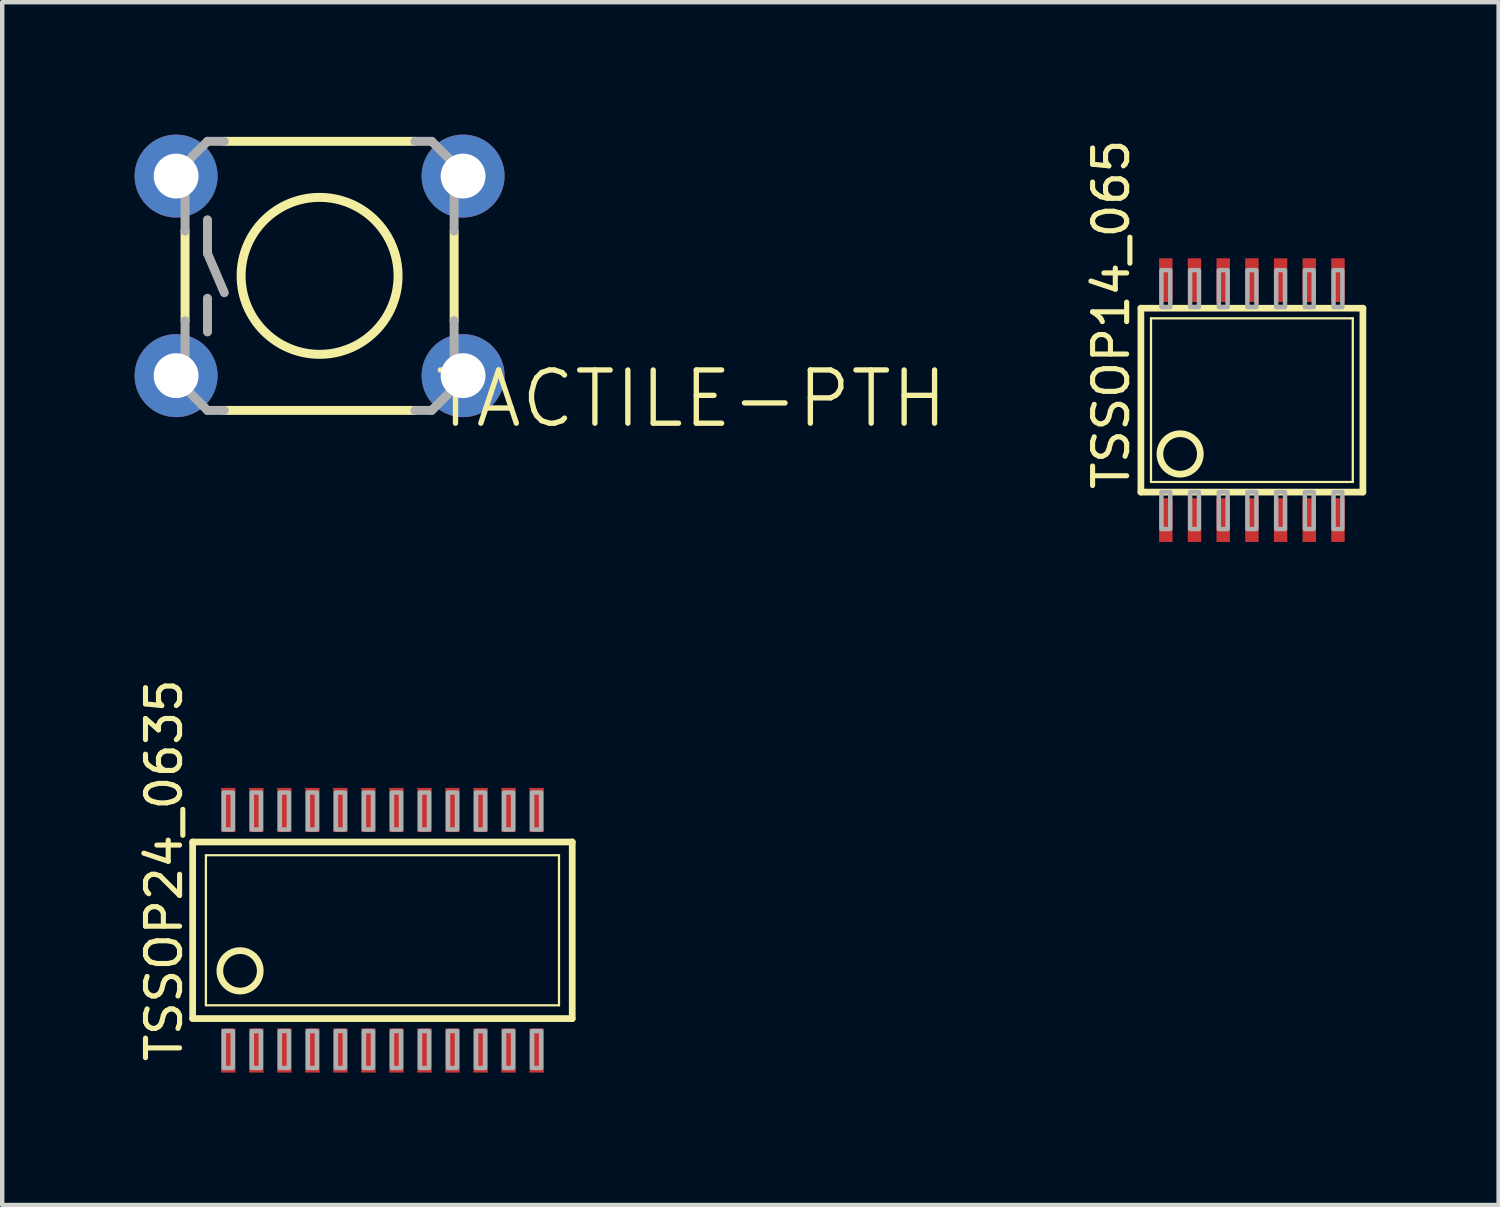
<source format=kicad_pcb>
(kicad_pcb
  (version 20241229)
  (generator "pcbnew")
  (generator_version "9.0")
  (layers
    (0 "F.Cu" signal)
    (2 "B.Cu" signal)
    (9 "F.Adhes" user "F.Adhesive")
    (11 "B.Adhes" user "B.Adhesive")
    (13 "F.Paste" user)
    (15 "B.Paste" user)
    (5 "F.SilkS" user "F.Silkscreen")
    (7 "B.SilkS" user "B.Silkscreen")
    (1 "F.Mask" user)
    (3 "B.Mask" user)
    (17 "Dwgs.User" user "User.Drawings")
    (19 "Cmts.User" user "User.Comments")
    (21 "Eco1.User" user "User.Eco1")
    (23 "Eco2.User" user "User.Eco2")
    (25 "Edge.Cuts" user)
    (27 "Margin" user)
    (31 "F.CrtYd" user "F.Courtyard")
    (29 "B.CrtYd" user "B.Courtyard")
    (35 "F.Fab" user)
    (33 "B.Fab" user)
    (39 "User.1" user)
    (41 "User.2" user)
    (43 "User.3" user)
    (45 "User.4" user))
  (footprint "TSSOP14_065"
    (layer "F.Cu")
    (at 25.314 6.016)
    (property "Reference" "TSSOP14_065" (at -2.737 2.083 90) (layer "F.SilkS") (effects (font (size 0.772 0.772) (thickness 0.116)) (justify left bottom)))
    (attr through_hole)
    (fp_line (start -2.515 2.083) (end -2.515 -2.083) (stroke (width 0.152) (type solid)) (layer "F.SilkS"))
    (fp_line (start -2.515 2.083) (end 2.515 2.083) (stroke (width 0.152) (type solid)) (layer "F.SilkS"))
    (fp_line (start -2.286 1.854) (end -2.286 -1.854) (stroke (width 0.051) (type solid)) (layer "F.SilkS"))
    (fp_line (start -2.286 1.854) (end 2.286 1.854) (stroke (width 0.051) (type solid)) (layer "F.SilkS"))
    (fp_line (start 2.286 -1.854) (end -2.286 -1.854) (stroke (width 0.051) (type solid)) (layer "F.SilkS"))
    (fp_line (start 2.286 -1.854) (end 2.286 1.854) (stroke (width 0.051) (type solid)) (layer "F.SilkS"))
    (fp_line (start 2.515 -2.083) (end -2.515 -2.083) (stroke (width 0.152) (type solid)) (layer "F.SilkS"))
    (fp_line (start 2.515 -2.083) (end 2.515 2.083) (stroke (width 0.152) (type solid)) (layer "F.SilkS"))
    (fp_circle (center -1.626 1.219) (end -1.168 1.219) (stroke (width 0.152) (type solid)) (fill no) (layer "F.SilkS"))
    (fp_poly (pts (xy -2.05 -2.108) (xy -1.85 -2.108) (xy -1.85 -2.946) (xy -2.05 -2.946)) (stroke (width 0.1) (type solid)) (fill no) (layer "F.Fab"))
    (fp_poly (pts (xy -2.05 2.921) (xy -1.85 2.921) (xy -1.85 2.083) (xy -2.05 2.083)) (stroke (width 0.1) (type solid)) (fill no) (layer "F.Fab"))
    (fp_poly (pts (xy -1.4 -2.108) (xy -1.2 -2.108) (xy -1.2 -2.946) (xy -1.4 -2.946)) (stroke (width 0.1) (type solid)) (fill no) (layer "F.Fab"))
    (fp_poly (pts (xy -1.4 2.921) (xy -1.2 2.921) (xy -1.2 2.083) (xy -1.4 2.083)) (stroke (width 0.1) (type solid)) (fill no) (layer "F.Fab"))
    (fp_poly (pts (xy -0.75 -2.108) (xy -0.55 -2.108) (xy -0.55 -2.946) (xy -0.75 -2.946)) (stroke (width 0.1) (type solid)) (fill no) (layer "F.Fab"))
    (fp_poly (pts (xy -0.75 2.921) (xy -0.55 2.921) (xy -0.55 2.083) (xy -0.75 2.083)) (stroke (width 0.1) (type solid)) (fill no) (layer "F.Fab"))
    (fp_poly (pts (xy -0.102 -2.108) (xy 0.102 -2.108) (xy 0.102 -2.946) (xy -0.102 -2.946)) (stroke (width 0.1) (type solid)) (fill no) (layer "F.Fab"))
    (fp_poly (pts (xy -0.102 2.921) (xy 0.102 2.921) (xy 0.102 2.083) (xy -0.102 2.083)) (stroke (width 0.1) (type solid)) (fill no) (layer "F.Fab"))
    (fp_poly (pts (xy 0.55 -2.108) (xy 0.75 -2.108) (xy 0.75 -2.946) (xy 0.55 -2.946)) (stroke (width 0.1) (type solid)) (fill no) (layer "F.Fab"))
    (fp_poly (pts (xy 0.55 2.921) (xy 0.75 2.921) (xy 0.75 2.083) (xy 0.55 2.083)) (stroke (width 0.1) (type solid)) (fill no) (layer "F.Fab"))
    (fp_poly (pts (xy 1.2 -2.108) (xy 1.4 -2.108) (xy 1.4 -2.946) (xy 1.2 -2.946)) (stroke (width 0.1) (type solid)) (fill no) (layer "F.Fab"))
    (fp_poly (pts (xy 1.2 2.921) (xy 1.4 2.921) (xy 1.4 2.083) (xy 1.2 2.083)) (stroke (width 0.1) (type solid)) (fill no) (layer "F.Fab"))
    (fp_poly (pts (xy 1.85 -2.108) (xy 2.05 -2.108) (xy 2.05 -2.946) (xy 1.85 -2.946)) (stroke (width 0.1) (type solid)) (fill no) (layer "F.Fab"))
    (fp_poly (pts (xy 1.85 2.921) (xy 2.05 2.921) (xy 2.05 2.083) (xy 1.85 2.083)) (stroke (width 0.1) (type solid)) (fill no) (layer "F.Fab"))
    (pad "1" smd rect (at -1.95 2.718) (size 0.305 0.991) (layers "F.Cu" "F.Mask" "F.Paste"))
    (pad "2" smd rect (at -1.3 2.718) (size 0.305 0.991) (layers "F.Cu" "F.Mask" "F.Paste"))
    (pad "3" smd rect (at -0.65 2.718) (size 0.305 0.991) (layers "F.Cu" "F.Mask" "F.Paste"))
    (pad "4" smd rect (at 0 2.718) (size 0.305 0.991) (layers "F.Cu" "F.Mask" "F.Paste"))
    (pad "5" smd rect (at 0.65 2.718) (size 0.305 0.991) (layers "F.Cu" "F.Mask" "F.Paste"))
    (pad "6" smd rect (at 1.3 2.718) (size 0.305 0.991) (layers "F.Cu" "F.Mask" "F.Paste"))
    (pad "7" smd rect (at 1.95 2.718) (size 0.305 0.991) (layers "F.Cu" "F.Mask" "F.Paste"))
    (pad "8" smd rect (at 1.95 -2.718) (size 0.305 0.991) (layers "F.Cu" "F.Mask" "F.Paste"))
    (pad "9" smd rect (at 1.3 -2.718) (size 0.305 0.991) (layers "F.Cu" "F.Mask" "F.Paste"))
    (pad "10" smd rect (at 0.65 -2.718) (size 0.305 0.991) (layers "F.Cu" "F.Mask" "F.Paste"))
    (pad "11" smd rect (at 0 -2.718) (size 0.305 0.991) (layers "F.Cu" "F.Mask" "F.Paste"))
    (pad "12" smd rect (at -0.65 -2.718) (size 0.305 0.991) (layers "F.Cu" "F.Mask" "F.Paste"))
    (pad "13" smd rect (at -1.3 -2.718) (size 0.305 0.991) (layers "F.Cu" "F.Mask" "F.Paste"))
    (pad "14" smd rect (at -1.95 -2.718) (size 0.305 0.991) (layers "F.Cu" "F.Mask" "F.Paste")))
  (footprint "TACTILE-PTH"
    (layer "F.Cu")
    (at 4.191 3.2)
    (property "Reference" "TACTILE-PTH" (at 2.54 3.492 0) (layer "F.SilkS") (effects (font (size 1.206 1.206) (thickness 0.121)) (justify left bottom)))
    (attr through_hole)
    (fp_line (start -3.048 -1.028) (end -3.048 1.016) (stroke (width 0.203) (type solid)) (layer "F.SilkS"))
    (fp_line (start -2.159 3.048) (end 2.159 3.048) (stroke (width 0.203) (type solid)) (layer "F.SilkS"))
    (fp_line (start 2.159 -3.048) (end -2.159 -3.048) (stroke (width 0.203) (type solid)) (layer "F.SilkS"))
    (fp_line (start 3.048 -0.998) (end 3.048 1.016) (stroke (width 0.203) (type solid)) (layer "F.SilkS"))
    (fp_circle (center 0 0) (end 1.778 0) (stroke (width 0.203) (type solid)) (fill no) (layer "F.SilkS"))
    (fp_line (start -3.048 -2.54) (end -3.048 -1.016) (stroke (width 0.203) (type solid)) (layer "F.Fab"))
    (fp_line (start -3.048 2.54) (end -3.048 1.016) (stroke (width 0.203) (type solid)) (layer "F.Fab"))
    (fp_line (start -2.54 -3.048) (end -3.048 -2.54) (stroke (width 0.203) (type solid)) (layer "F.Fab"))
    (fp_line (start -2.54 -3.048) (end -2.159 -3.048) (stroke (width 0.203) (type solid)) (layer "F.Fab"))
    (fp_line (start -2.54 -1.27) (end -2.54 -0.508) (stroke (width 0.203) (type solid)) (layer "F.Fab"))
    (fp_line (start -2.54 -0.508) (end -2.159 0.381) (stroke (width 0.203) (type solid)) (layer "F.Fab"))
    (fp_line (start -2.54 0.508) (end -2.54 1.27) (stroke (width 0.203) (type solid)) (layer "F.Fab"))
    (fp_line (start -2.54 3.048) (end -3.048 2.54) (stroke (width 0.203) (type solid)) (layer "F.Fab"))
    (fp_line (start -2.54 3.048) (end -2.159 3.048) (stroke (width 0.203) (type solid)) (layer "F.Fab"))
    (fp_line (start 2.54 -3.048) (end 2.159 -3.048) (stroke (width 0.203) (type solid)) (layer "F.Fab"))
    (fp_line (start 2.54 3.048) (end 2.159 3.048) (stroke (width 0.203) (type solid)) (layer "F.Fab"))
    (fp_line (start 2.54 3.048) (end 3.048 2.54) (stroke (width 0.203) (type solid)) (layer "F.Fab"))
    (fp_line (start 3.048 -2.54) (end 2.54 -3.048) (stroke (width 0.203) (type solid)) (layer "F.Fab"))
    (fp_line (start 3.048 -1.016) (end 3.048 -2.54) (stroke (width 0.203) (type solid)) (layer "F.Fab"))
    (fp_line (start 3.048 2.54) (end 3.048 1.016) (stroke (width 0.203) (type solid)) (layer "F.Fab"))
    (pad "1" thru_hole circle (at -3.251 -2.261) (size 1.88 1.88) (drill 1.016) (layers "*.Cu" "*.Mask"))
    (pad "2" thru_hole circle (at 3.251 -2.261) (size 1.88 1.88) (drill 1.016) (layers "*.Cu" "*.Mask"))
    (pad "3" thru_hole circle (at -3.251 2.261) (size 1.88 1.88) (drill 1.016) (layers "*.Cu" "*.Mask"))
    (pad "4" thru_hole circle (at 3.251 2.261) (size 1.88 1.88) (drill 1.016) (layers "*.Cu" "*.Mask")))
  (footprint "TSSOP24_0635"
    (layer "F.Cu")
    (at 5.615 18.027)
    (property "Reference" "TSSOP24_0635" (at -4.496 3.035 90) (layer "F.SilkS") (effects (font (size 0.772 0.772) (thickness 0.116)) (justify left bottom)))
    (attr through_hole)
    (fp_line (start -4.3 2) (end -4.3 -2) (stroke (width 0.152) (type solid)) (layer "F.SilkS"))
    (fp_line (start -4.3 2) (end 4.3 2) (stroke (width 0.152) (type solid)) (layer "F.SilkS"))
    (fp_line (start -4 1.7) (end -4 -1.7) (stroke (width 0.051) (type solid)) (layer "F.SilkS"))
    (fp_line (start -4 1.7) (end 4 1.7) (stroke (width 0.051) (type solid)) (layer "F.SilkS"))
    (fp_line (start 4 -1.7) (end -4 -1.7) (stroke (width 0.051) (type solid)) (layer "F.SilkS"))
    (fp_line (start 4 -1.7) (end 4 1.7) (stroke (width 0.051) (type solid)) (layer "F.SilkS"))
    (fp_line (start 4.3 -2) (end -4.3 -2) (stroke (width 0.152) (type solid)) (layer "F.SilkS"))
    (fp_line (start 4.3 -2) (end 4.3 2) (stroke (width 0.152) (type solid)) (layer "F.SilkS"))
    (fp_circle (center -3.226 0.919) (end -2.768 0.919) (stroke (width 0.152) (type solid)) (fill no) (layer "F.SilkS"))
    (fp_poly (pts (xy -3.594 -2.283) (xy -3.391 -2.283) (xy -3.391 -3.121) (xy -3.594 -3.121)) (stroke (width 0.1) (type solid)) (fill no) (layer "F.Fab"))
    (fp_poly (pts (xy -3.594 3.121) (xy -3.391 3.121) (xy -3.391 2.283) (xy -3.594 2.283)) (stroke (width 0.1) (type solid)) (fill no) (layer "F.Fab"))
    (fp_poly (pts (xy -2.959 -2.283) (xy -2.756 -2.283) (xy -2.756 -3.121) (xy -2.959 -3.121)) (stroke (width 0.1) (type solid)) (fill no) (layer "F.Fab"))
    (fp_poly (pts (xy -2.959 3.121) (xy -2.756 3.121) (xy -2.756 2.283) (xy -2.959 2.283)) (stroke (width 0.1) (type solid)) (fill no) (layer "F.Fab"))
    (fp_poly (pts (xy -2.324 -2.283) (xy -2.121 -2.283) (xy -2.121 -3.121) (xy -2.324 -3.121)) (stroke (width 0.1) (type solid)) (fill no) (layer "F.Fab"))
    (fp_poly (pts (xy -2.324 3.121) (xy -2.121 3.121) (xy -2.121 2.283) (xy -2.324 2.283)) (stroke (width 0.1) (type solid)) (fill no) (layer "F.Fab"))
    (fp_poly (pts (xy -1.689 -2.283) (xy -1.486 -2.283) (xy -1.486 -3.121) (xy -1.689 -3.121)) (stroke (width 0.1) (type solid)) (fill no) (layer "F.Fab"))
    (fp_poly (pts (xy -1.689 3.121) (xy -1.486 3.121) (xy -1.486 2.283) (xy -1.689 2.283)) (stroke (width 0.1) (type solid)) (fill no) (layer "F.Fab"))
    (fp_poly (pts (xy -1.054 -2.283) (xy -0.851 -2.283) (xy -0.851 -3.121) (xy -1.054 -3.121)) (stroke (width 0.1) (type solid)) (fill no) (layer "F.Fab"))
    (fp_poly (pts (xy -1.054 3.121) (xy -0.851 3.121) (xy -0.851 2.283) (xy -1.054 2.283)) (stroke (width 0.1) (type solid)) (fill no) (layer "F.Fab"))
    (fp_poly (pts (xy -0.419 -2.283) (xy -0.216 -2.283) (xy -0.216 -3.121) (xy -0.419 -3.121)) (stroke (width 0.1) (type solid)) (fill no) (layer "F.Fab"))
    (fp_poly (pts (xy -0.419 3.121) (xy -0.216 3.121) (xy -0.216 2.283) (xy -0.419 2.283)) (stroke (width 0.1) (type solid)) (fill no) (layer "F.Fab"))
    (fp_poly (pts (xy 0.216 -2.283) (xy 0.419 -2.283) (xy 0.419 -3.121) (xy 0.216 -3.121)) (stroke (width 0.1) (type solid)) (fill no) (layer "F.Fab"))
    (fp_poly (pts (xy 0.216 3.121) (xy 0.419 3.121) (xy 0.419 2.283) (xy 0.216 2.283)) (stroke (width 0.1) (type solid)) (fill no) (layer "F.Fab"))
    (fp_poly (pts (xy 0.851 -2.283) (xy 1.054 -2.283) (xy 1.054 -3.121) (xy 0.851 -3.121)) (stroke (width 0.1) (type solid)) (fill no) (layer "F.Fab"))
    (fp_poly (pts (xy 0.851 3.121) (xy 1.054 3.121) (xy 1.054 2.283) (xy 0.851 2.283)) (stroke (width 0.1) (type solid)) (fill no) (layer "F.Fab"))
    (fp_poly (pts (xy 1.486 -2.283) (xy 1.689 -2.283) (xy 1.689 -3.121) (xy 1.486 -3.121)) (stroke (width 0.1) (type solid)) (fill no) (layer "F.Fab"))
    (fp_poly (pts (xy 1.486 3.121) (xy 1.689 3.121) (xy 1.689 2.283) (xy 1.486 2.283)) (stroke (width 0.1) (type solid)) (fill no) (layer "F.Fab"))
    (fp_poly (pts (xy 2.121 -2.283) (xy 2.324 -2.283) (xy 2.324 -3.121) (xy 2.121 -3.121)) (stroke (width 0.1) (type solid)) (fill no) (layer "F.Fab"))
    (fp_poly (pts (xy 2.121 3.121) (xy 2.324 3.121) (xy 2.324 2.283) (xy 2.121 2.283)) (stroke (width 0.1) (type solid)) (fill no) (layer "F.Fab"))
    (fp_poly (pts (xy 2.756 -2.283) (xy 2.959 -2.283) (xy 2.959 -3.121) (xy 2.756 -3.121)) (stroke (width 0.1) (type solid)) (fill no) (layer "F.Fab"))
    (fp_poly (pts (xy 2.756 3.121) (xy 2.959 3.121) (xy 2.959 2.283) (xy 2.756 2.283)) (stroke (width 0.1) (type solid)) (fill no) (layer "F.Fab"))
    (fp_poly (pts (xy 3.391 -2.283) (xy 3.594 -2.283) (xy 3.594 -3.121) (xy 3.391 -3.121)) (stroke (width 0.1) (type solid)) (fill no) (layer "F.Fab"))
    (fp_poly (pts (xy 3.391 3.121) (xy 3.594 3.121) (xy 3.594 2.283) (xy 3.391 2.283)) (stroke (width 0.1) (type solid)) (fill no) (layer "F.Fab"))
    (pad "1" smd rect (at -3.493 2.725) (size 0.33 1) (layers "F.Cu" "F.Mask" "F.Paste"))
    (pad "2" smd rect (at -2.857 2.725) (size 0.33 1) (layers "F.Cu" "F.Mask" "F.Paste"))
    (pad "3" smd rect (at -2.223 2.725) (size 0.33 1) (layers "F.Cu" "F.Mask" "F.Paste"))
    (pad "4" smd rect (at -1.587 2.725) (size 0.33 1) (layers "F.Cu" "F.Mask" "F.Paste"))
    (pad "5" smd rect (at -0.953 2.725) (size 0.33 1) (layers "F.Cu" "F.Mask" "F.Paste"))
    (pad "6" smd rect (at -0.318 2.725) (size 0.33 1) (layers "F.Cu" "F.Mask" "F.Paste"))
    (pad "7" smd rect (at 0.318 2.725) (size 0.33 1) (layers "F.Cu" "F.Mask" "F.Paste"))
    (pad "8" smd rect (at 0.953 2.725) (size 0.33 1) (layers "F.Cu" "F.Mask" "F.Paste"))
    (pad "9" smd rect (at 1.587 2.725) (size 0.33 1) (layers "F.Cu" "F.Mask" "F.Paste"))
    (pad "10" smd rect (at 2.223 2.725) (size 0.33 1) (layers "F.Cu" "F.Mask" "F.Paste"))
    (pad "11" smd rect (at 2.857 2.725) (size 0.33 1) (layers "F.Cu" "F.Mask" "F.Paste"))
    (pad "12" smd rect (at 3.493 2.725) (size 0.33 1) (layers "F.Cu" "F.Mask" "F.Paste"))
    (pad "13" smd rect (at 3.493 -2.725) (size 0.33 1) (layers "F.Cu" "F.Mask" "F.Paste"))
    (pad "14" smd rect (at 2.857 -2.725) (size 0.33 1) (layers "F.Cu" "F.Mask" "F.Paste"))
    (pad "15" smd rect (at 2.223 -2.725) (size 0.33 1) (layers "F.Cu" "F.Mask" "F.Paste"))
    (pad "16" smd rect (at 1.587 -2.725) (size 0.33 1) (layers "F.Cu" "F.Mask" "F.Paste"))
    (pad "17" smd rect (at 0.953 -2.725) (size 0.33 1) (layers "F.Cu" "F.Mask" "F.Paste"))
    (pad "18" smd rect (at 0.318 -2.725) (size 0.33 1) (layers "F.Cu" "F.Mask" "F.Paste"))
    (pad "19" smd rect (at -0.318 -2.725) (size 0.33 1) (layers "F.Cu" "F.Mask" "F.Paste"))
    (pad "20" smd rect (at -0.953 -2.725) (size 0.33 1) (layers "F.Cu" "F.Mask" "F.Paste"))
    (pad "21" smd rect (at -1.587 -2.725) (size 0.33 1) (layers "F.Cu" "F.Mask" "F.Paste"))
    (pad "22" smd rect (at -2.223 -2.725) (size 0.33 1) (layers "F.Cu" "F.Mask" "F.Paste"))
    (pad "23" smd rect (at -2.857 -2.725) (size 0.33 1) (layers "F.Cu" "F.Mask" "F.Paste"))
    (pad "24" smd rect (at -3.493 -2.725) (size 0.33 1) (layers "F.Cu" "F.Mask" "F.Paste")))
  (gr_rect
    (start -3 -3)
    (end 30.904 24.252)
    (stroke (width 0.1) (type default))
    (fill no)
    (layer "Edge.Cuts")))
</source>
